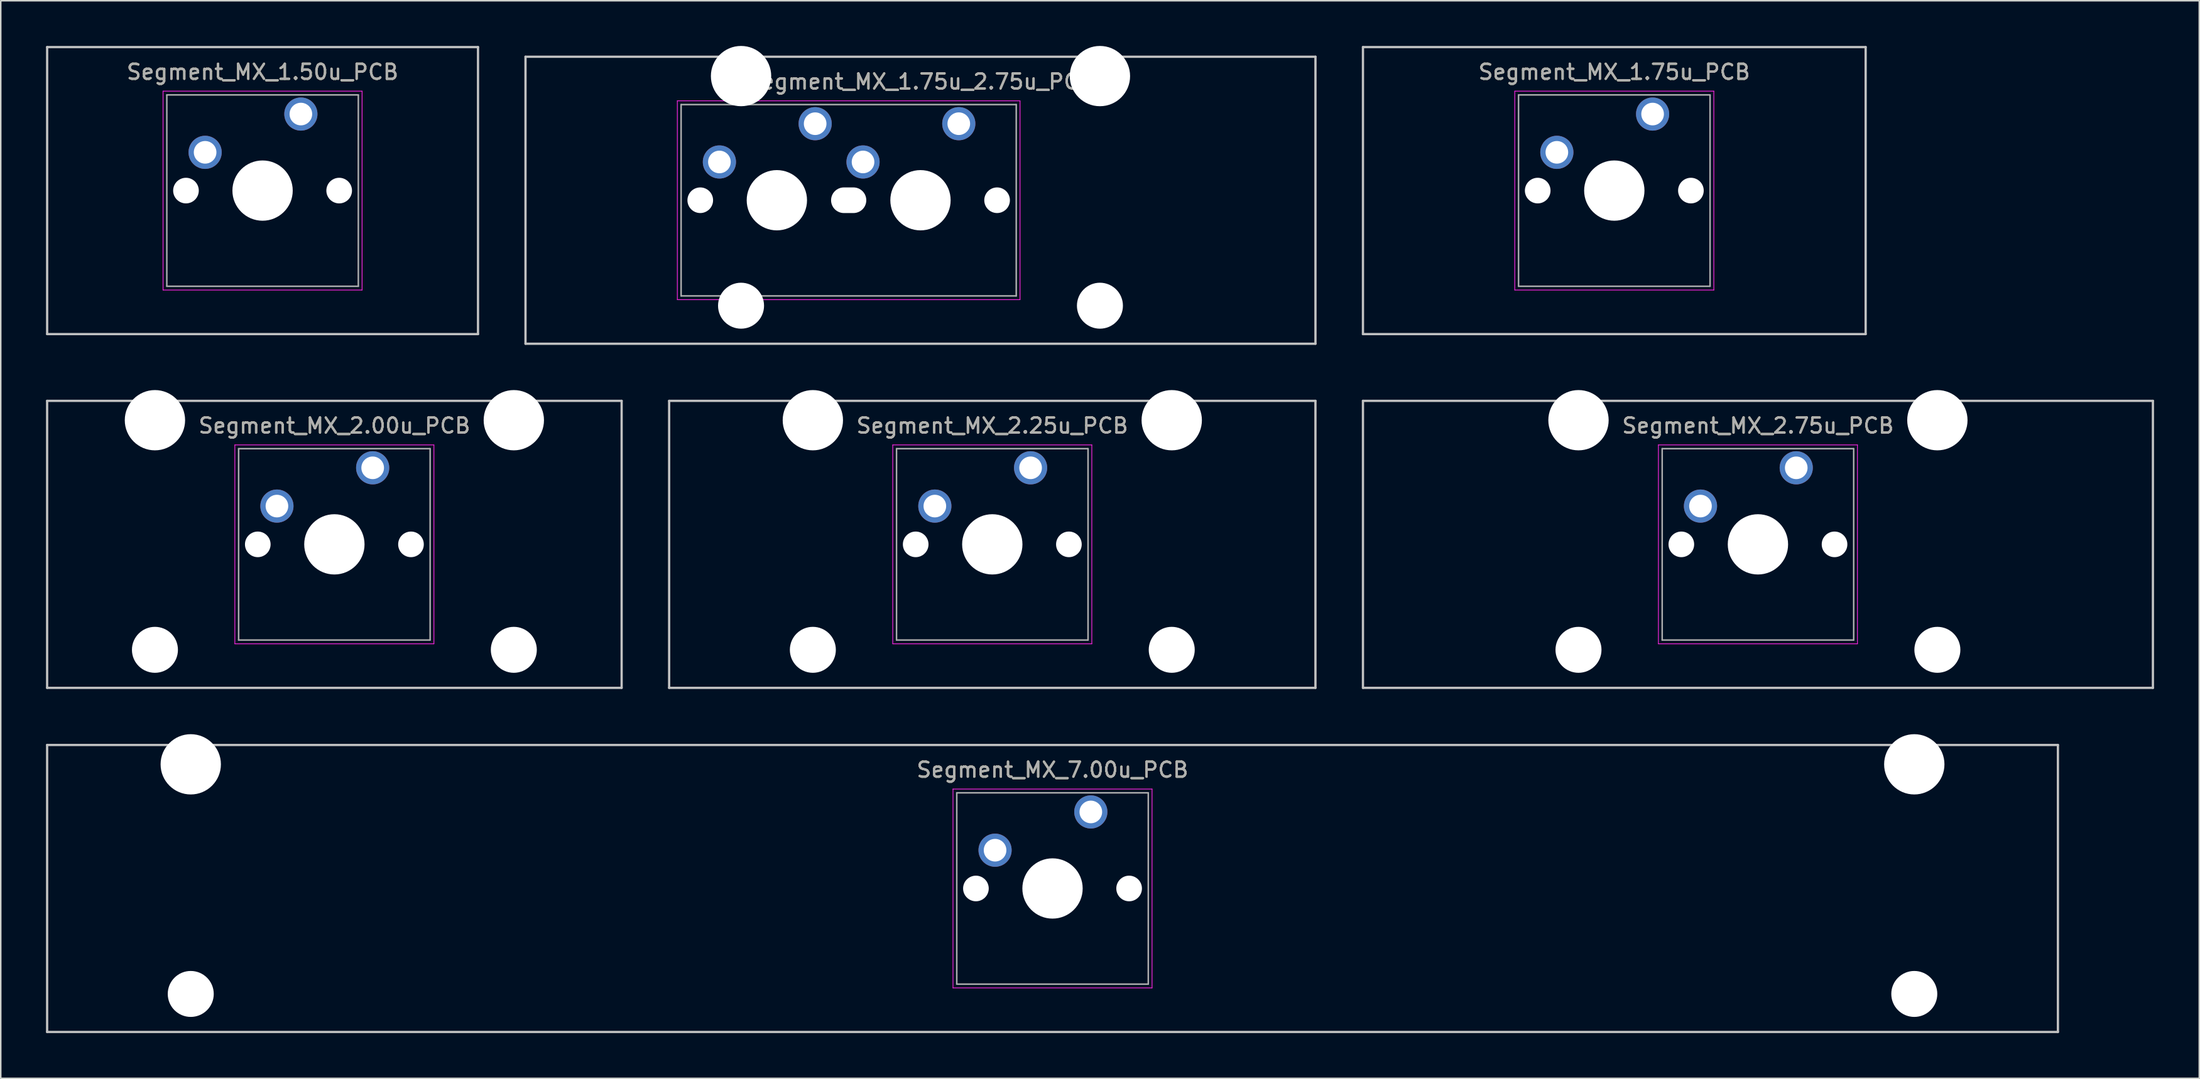
<source format=kicad_pcb>
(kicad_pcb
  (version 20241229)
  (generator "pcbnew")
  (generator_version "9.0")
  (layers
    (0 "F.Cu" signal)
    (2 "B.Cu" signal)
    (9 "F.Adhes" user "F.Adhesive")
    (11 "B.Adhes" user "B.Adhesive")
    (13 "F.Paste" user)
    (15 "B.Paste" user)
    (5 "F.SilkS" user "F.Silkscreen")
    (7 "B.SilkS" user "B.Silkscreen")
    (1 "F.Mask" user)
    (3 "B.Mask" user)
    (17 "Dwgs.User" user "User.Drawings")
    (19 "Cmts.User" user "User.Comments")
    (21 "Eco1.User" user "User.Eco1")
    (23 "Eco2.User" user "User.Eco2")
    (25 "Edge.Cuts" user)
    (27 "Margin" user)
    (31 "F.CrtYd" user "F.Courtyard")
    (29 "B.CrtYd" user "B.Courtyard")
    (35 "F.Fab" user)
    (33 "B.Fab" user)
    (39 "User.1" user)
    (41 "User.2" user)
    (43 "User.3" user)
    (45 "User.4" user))
  (footprint "Segment_MX_2.25u_PCB"
    (layer "F.Cu")
    (at 62.756 33.08)
    (property "Reference" "Segment_MX_2.25u_PCB" (at 0 -7.874 0) (layer "F.SilkS") (effects (font (size 1 1) (thickness 0.15))))
    (attr through_hole)
    (fp_line (start -21.431 -9.525) (end 21.431 -9.525) (stroke (width 0.15) (type solid)) (layer "Dwgs.User"))
    (fp_line (start -21.431 9.525) (end -21.431 -9.525) (stroke (width 0.15) (type solid)) (layer "Dwgs.User"))
    (fp_line (start 21.431 -9.525) (end 21.431 9.525) (stroke (width 0.15) (type solid)) (layer "Dwgs.User"))
    (fp_line (start 21.431 9.525) (end -21.431 9.525) (stroke (width 0.15) (type solid)) (layer "Dwgs.User"))
    (fp_line (start -6.6 -6.6) (end 6.6 -6.6) (stroke (width 0.05) (type solid)) (layer "F.CrtYd"))
    (fp_line (start -6.6 6.6) (end -6.6 -6.6) (stroke (width 0.05) (type solid)) (layer "F.CrtYd"))
    (fp_line (start 6.6 -6.6) (end 6.6 6.6) (stroke (width 0.05) (type solid)) (layer "F.CrtYd"))
    (fp_line (start 6.6 6.6) (end -6.6 6.6) (stroke (width 0.05) (type solid)) (layer "F.CrtYd"))
    (fp_line (start -6.35 -6.35) (end 6.35 -6.35) (stroke (width 0.1) (type solid)) (layer "F.Fab"))
    (fp_line (start -6.35 6.35) (end -6.35 -6.35) (stroke (width 0.1) (type solid)) (layer "F.Fab"))
    (fp_line (start 6.35 -6.35) (end 6.35 6.35) (stroke (width 0.1) (type solid)) (layer "F.Fab"))
    (fp_line (start 6.35 6.35) (end -6.35 6.35) (stroke (width 0.1) (type solid)) (layer "F.Fab"))
    (fp_text user "${REFERENCE}" (at 0 -7.874 0) (layer "F.Fab") (effects (font (size 1 1) (thickness 0.15))))
    (pad "" np_thru_hole circle (at -11.9 -8.24 180) (size 4 4) (drill 4) (layers "*.Cu" "*.Mask"))
    (pad "" np_thru_hole circle (at -11.9 7 180) (size 3.05 3.05) (drill 3.05) (layers "*.Cu" "*.Mask"))
    (pad "" np_thru_hole circle (at -5.08 0) (size 1.7 1.7) (drill 1.7) (layers "*.Cu" "*.Mask"))
    (pad "" np_thru_hole circle (at 0 0) (size 4 4) (drill 4) (layers "*.Cu" "*.Mask"))
    (pad "" np_thru_hole circle (at 5.08 0) (size 1.7 1.7) (drill 1.7) (layers "*.Cu" "*.Mask"))
    (pad "" np_thru_hole circle (at 11.9 -8.24 180) (size 4 4) (drill 4) (layers "*.Cu" "*.Mask"))
    (pad "" np_thru_hole circle (at 11.9 7 180) (size 3.05 3.05) (drill 3.05) (layers "*.Cu" "*.Mask"))
    (pad "1" thru_hole circle (at -3.81 -2.54) (size 2.2 2.2) (drill 1.5) (layers "*.Cu" "*.Mask"))
    (pad "2" thru_hole circle (at 2.54 -5.08) (size 2.2 2.2) (drill 1.5) (layers "*.Cu" "*.Mask")))
  (footprint "Segment_MX_1.50u_PCB"
    (layer "F.Cu")
    (at 14.363 9.6)
    (property "Reference" "Segment_MX_1.50u_PCB" (at 0 -7.874 0) (layer "F.SilkS") (effects (font (size 1 1) (thickness 0.15))))
    (attr through_hole)
    (fp_line (start -14.287 -9.525) (end 14.287 -9.525) (stroke (width 0.15) (type solid)) (layer "Dwgs.User"))
    (fp_line (start -14.287 9.525) (end -14.287 -9.525) (stroke (width 0.15) (type solid)) (layer "Dwgs.User"))
    (fp_line (start 14.287 -9.525) (end 14.287 9.525) (stroke (width 0.15) (type solid)) (layer "Dwgs.User"))
    (fp_line (start 14.287 9.525) (end -14.287 9.525) (stroke (width 0.15) (type solid)) (layer "Dwgs.User"))
    (fp_line (start -6.6 -6.6) (end 6.6 -6.6) (stroke (width 0.05) (type solid)) (layer "F.CrtYd"))
    (fp_line (start -6.6 6.6) (end -6.6 -6.6) (stroke (width 0.05) (type solid)) (layer "F.CrtYd"))
    (fp_line (start 6.6 -6.6) (end 6.6 6.6) (stroke (width 0.05) (type solid)) (layer "F.CrtYd"))
    (fp_line (start 6.6 6.6) (end -6.6 6.6) (stroke (width 0.05) (type solid)) (layer "F.CrtYd"))
    (fp_line (start -6.35 -6.35) (end 6.35 -6.35) (stroke (width 0.1) (type solid)) (layer "F.Fab"))
    (fp_line (start -6.35 6.35) (end -6.35 -6.35) (stroke (width 0.1) (type solid)) (layer "F.Fab"))
    (fp_line (start 6.35 -6.35) (end 6.35 6.35) (stroke (width 0.1) (type solid)) (layer "F.Fab"))
    (fp_line (start 6.35 6.35) (end -6.35 6.35) (stroke (width 0.1) (type solid)) (layer "F.Fab"))
    (fp_text user "${REFERENCE}" (at 0 -7.874 0) (layer "F.Fab") (effects (font (size 1 1) (thickness 0.15))))
    (pad "" np_thru_hole circle (at -5.08 0) (size 1.7 1.7) (drill 1.7) (layers "*.Cu" "*.Mask"))
    (pad "" np_thru_hole circle (at 0 0) (size 4 4) (drill 4) (layers "*.Cu" "*.Mask"))
    (pad "" np_thru_hole circle (at 5.08 0) (size 1.7 1.7) (drill 1.7) (layers "*.Cu" "*.Mask"))
    (pad "1" thru_hole circle (at -3.81 -2.54) (size 2.2 2.2) (drill 1.5) (layers "*.Cu" "*.Mask"))
    (pad "2" thru_hole circle (at 2.54 -5.08) (size 2.2 2.2) (drill 1.5) (layers "*.Cu" "*.Mask")))
  (footprint "Segment_MX_1.75u_2.75u_PCB"
    (layer "F.Cu")
    (at 48.469 10.24)
    (property "Reference" "Segment_MX_1.75u_2.75u_PCB" (at 9.525 -7.874 0) (layer "F.SilkS") (effects (font (size 1 1) (thickness 0.15))))
    (attr through_hole)
    (fp_line (start -16.669 -9.525) (end 35.719 -9.525) (stroke (width 0.15) (type solid)) (layer "Dwgs.User"))
    (fp_line (start -16.669 9.525) (end -16.669 -9.525) (stroke (width 0.15) (type solid)) (layer "Dwgs.User"))
    (fp_line (start 35.719 -9.525) (end 35.719 9.525) (stroke (width 0.15) (type solid)) (layer "Dwgs.User"))
    (fp_line (start 35.719 9.525) (end -16.669 9.525) (stroke (width 0.15) (type solid)) (layer "Dwgs.User"))
    (fp_line (start -6.6 -6.6) (end 16.125 -6.6) (stroke (width 0.05) (type solid)) (layer "F.CrtYd"))
    (fp_line (start -6.6 6.6) (end -6.6 -6.6) (stroke (width 0.05) (type solid)) (layer "F.CrtYd"))
    (fp_line (start 16.125 -6.6) (end 16.125 6.6) (stroke (width 0.05) (type solid)) (layer "F.CrtYd"))
    (fp_line (start 16.125 6.6) (end -6.6 6.6) (stroke (width 0.05) (type solid)) (layer "F.CrtYd"))
    (fp_line (start -6.35 -6.35) (end 15.875 -6.35) (stroke (width 0.1) (type solid)) (layer "F.Fab"))
    (fp_line (start -6.35 6.35) (end -6.35 -6.35) (stroke (width 0.1) (type solid)) (layer "F.Fab"))
    (fp_line (start 15.875 -6.35) (end 15.875 6.35) (stroke (width 0.1) (type solid)) (layer "F.Fab"))
    (fp_line (start 15.875 6.35) (end -6.35 6.35) (stroke (width 0.1) (type solid)) (layer "F.Fab"))
    (fp_text user "${REFERENCE}" (at 9.525 -7.874 0) (layer "F.Fab") (effects (font (size 1 1) (thickness 0.15))))
    (pad "" np_thru_hole circle (at -5.08 0) (size 1.7 1.7) (drill 1.7) (layers "*.Cu" "*.Mask"))
    (pad "" np_thru_hole circle (at -2.375 -8.24 180) (size 4 4) (drill 4) (layers "*.Cu" "*.Mask"))
    (pad "" np_thru_hole circle (at -2.375 7 180) (size 3.05 3.05) (drill 3.05) (layers "*.Cu" "*.Mask"))
    (pad "" np_thru_hole circle (at 0 0) (size 4 4) (drill 4) (layers "*.Cu" "*.Mask"))
    (pad "" np_thru_hole oval (at 4.763 0) (size 2.335 1.7) (drill oval 2.335 1.7) (layers "*.Cu" "*.Mask"))
    (pad "" np_thru_hole circle (at 9.525 0) (size 4 4) (drill 4) (layers "*.Cu" "*.Mask"))
    (pad "" np_thru_hole circle (at 14.605 0) (size 1.7 1.7) (drill 1.7) (layers "*.Cu" "*.Mask"))
    (pad "" np_thru_hole circle (at 21.425 -8.24 180) (size 4 4) (drill 4) (layers "*.Cu" "*.Mask"))
    (pad "" np_thru_hole circle (at 21.425 7 180) (size 3.05 3.05) (drill 3.05) (layers "*.Cu" "*.Mask"))
    (pad "1" thru_hole circle (at -3.81 -2.54) (size 2.2 2.2) (drill 1.5) (layers "*.Cu" "*.Mask"))
    (pad "1" thru_hole circle (at 5.715 -2.54) (size 2.2 2.2) (drill 1.5) (layers "*.Cu" "*.Mask"))
    (pad "2" thru_hole circle (at 2.54 -5.08) (size 2.2 2.2) (drill 1.5) (layers "*.Cu" "*.Mask"))
    (pad "2" thru_hole circle (at 12.065 -5.08) (size 2.2 2.2) (drill 1.5) (layers "*.Cu" "*.Mask")))
  (footprint "Segment_MX_7.00u_PCB"
    (layer "F.Cu")
    (at 66.75 55.92)
    (property "Reference" "Segment_MX_7.00u_PCB" (at 0 -7.874 0) (layer "F.SilkS") (effects (font (size 1 1) (thickness 0.15))))
    (attr through_hole)
    (fp_line (start -66.675 -9.525) (end 66.675 -9.525) (stroke (width 0.15) (type solid)) (layer "Dwgs.User"))
    (fp_line (start -66.675 9.525) (end -66.675 -9.525) (stroke (width 0.15) (type solid)) (layer "Dwgs.User"))
    (fp_line (start 66.675 -9.525) (end 66.675 9.525) (stroke (width 0.15) (type solid)) (layer "Dwgs.User"))
    (fp_line (start 66.675 9.525) (end -66.675 9.525) (stroke (width 0.15) (type solid)) (layer "Dwgs.User"))
    (fp_line (start -6.6 -6.6) (end 6.6 -6.6) (stroke (width 0.05) (type solid)) (layer "F.CrtYd"))
    (fp_line (start -6.6 6.6) (end -6.6 -6.6) (stroke (width 0.05) (type solid)) (layer "F.CrtYd"))
    (fp_line (start 6.6 -6.6) (end 6.6 6.6) (stroke (width 0.05) (type solid)) (layer "F.CrtYd"))
    (fp_line (start 6.6 6.6) (end -6.6 6.6) (stroke (width 0.05) (type solid)) (layer "F.CrtYd"))
    (fp_line (start -6.35 -6.35) (end 6.35 -6.35) (stroke (width 0.1) (type solid)) (layer "F.Fab"))
    (fp_line (start -6.35 6.35) (end -6.35 -6.35) (stroke (width 0.1) (type solid)) (layer "F.Fab"))
    (fp_line (start 6.35 -6.35) (end 6.35 6.35) (stroke (width 0.1) (type solid)) (layer "F.Fab"))
    (fp_line (start 6.35 6.35) (end -6.35 6.35) (stroke (width 0.1) (type solid)) (layer "F.Fab"))
    (fp_text user "${REFERENCE}" (at 0 -7.874 0) (layer "F.Fab") (effects (font (size 1 1) (thickness 0.15))))
    (pad "" np_thru_hole circle (at -57.15 -8.24 180) (size 4 4) (drill 4) (layers "*.Cu" "*.Mask"))
    (pad "" np_thru_hole circle (at -57.15 7 180) (size 3.05 3.05) (drill 3.05) (layers "*.Cu" "*.Mask"))
    (pad "" np_thru_hole circle (at -5.08 0) (size 1.7 1.7) (drill 1.7) (layers "*.Cu" "*.Mask"))
    (pad "" np_thru_hole circle (at 0 0) (size 4 4) (drill 4) (layers "*.Cu" "*.Mask"))
    (pad "" np_thru_hole circle (at 5.08 0) (size 1.7 1.7) (drill 1.7) (layers "*.Cu" "*.Mask"))
    (pad "" np_thru_hole circle (at 57.15 -8.24 180) (size 4 4) (drill 4) (layers "*.Cu" "*.Mask"))
    (pad "" np_thru_hole circle (at 57.15 7 180) (size 3.05 3.05) (drill 3.05) (layers "*.Cu" "*.Mask"))
    (pad "1" thru_hole circle (at -3.81 -2.54) (size 2.2 2.2) (drill 1.5) (layers "*.Cu" "*.Mask"))
    (pad "2" thru_hole circle (at 2.54 -5.08) (size 2.2 2.2) (drill 1.5) (layers "*.Cu" "*.Mask")))
  (footprint "Segment_MX_1.75u_PCB"
    (layer "F.Cu")
    (at 104.006 9.6)
    (property "Reference" "Segment_MX_1.75u_PCB" (at 0 -7.874 0) (layer "F.SilkS") (effects (font (size 1 1) (thickness 0.15))))
    (attr through_hole)
    (fp_line (start -16.669 -9.525) (end 16.669 -9.525) (stroke (width 0.15) (type solid)) (layer "Dwgs.User"))
    (fp_line (start -16.669 9.525) (end -16.669 -9.525) (stroke (width 0.15) (type solid)) (layer "Dwgs.User"))
    (fp_line (start 16.669 -9.525) (end 16.669 9.525) (stroke (width 0.15) (type solid)) (layer "Dwgs.User"))
    (fp_line (start 16.669 9.525) (end -16.669 9.525) (stroke (width 0.15) (type solid)) (layer "Dwgs.User"))
    (fp_line (start -6.6 -6.6) (end 6.6 -6.6) (stroke (width 0.05) (type solid)) (layer "F.CrtYd"))
    (fp_line (start -6.6 6.6) (end -6.6 -6.6) (stroke (width 0.05) (type solid)) (layer "F.CrtYd"))
    (fp_line (start 6.6 -6.6) (end 6.6 6.6) (stroke (width 0.05) (type solid)) (layer "F.CrtYd"))
    (fp_line (start 6.6 6.6) (end -6.6 6.6) (stroke (width 0.05) (type solid)) (layer "F.CrtYd"))
    (fp_line (start -6.35 -6.35) (end 6.35 -6.35) (stroke (width 0.1) (type solid)) (layer "F.Fab"))
    (fp_line (start -6.35 6.35) (end -6.35 -6.35) (stroke (width 0.1) (type solid)) (layer "F.Fab"))
    (fp_line (start 6.35 -6.35) (end 6.35 6.35) (stroke (width 0.1) (type solid)) (layer "F.Fab"))
    (fp_line (start 6.35 6.35) (end -6.35 6.35) (stroke (width 0.1) (type solid)) (layer "F.Fab"))
    (fp_text user "${REFERENCE}" (at 0 -7.874 0) (layer "F.Fab") (effects (font (size 1 1) (thickness 0.15))))
    (pad "" np_thru_hole circle (at -5.08 0) (size 1.7 1.7) (drill 1.7) (layers "*.Cu" "*.Mask"))
    (pad "" np_thru_hole circle (at 0 0) (size 4 4) (drill 4) (layers "*.Cu" "*.Mask"))
    (pad "" np_thru_hole circle (at 5.08 0) (size 1.7 1.7) (drill 1.7) (layers "*.Cu" "*.Mask"))
    (pad "1" thru_hole circle (at -3.81 -2.54) (size 2.2 2.2) (drill 1.5) (layers "*.Cu" "*.Mask"))
    (pad "2" thru_hole circle (at 2.54 -5.08) (size 2.2 2.2) (drill 1.5) (layers "*.Cu" "*.Mask")))
  (footprint "Segment_MX_2.75u_PCB"
    (layer "F.Cu")
    (at 113.531 33.08)
    (property "Reference" "Segment_MX_2.75u_PCB" (at 0 -7.874 0) (layer "F.SilkS") (effects (font (size 1 1) (thickness 0.15))))
    (attr through_hole)
    (fp_line (start -26.194 -9.525) (end 26.194 -9.525) (stroke (width 0.15) (type solid)) (layer "Dwgs.User"))
    (fp_line (start -26.194 9.525) (end -26.194 -9.525) (stroke (width 0.15) (type solid)) (layer "Dwgs.User"))
    (fp_line (start 26.194 -9.525) (end 26.194 9.525) (stroke (width 0.15) (type solid)) (layer "Dwgs.User"))
    (fp_line (start 26.194 9.525) (end -26.194 9.525) (stroke (width 0.15) (type solid)) (layer "Dwgs.User"))
    (fp_line (start -6.6 -6.6) (end 6.6 -6.6) (stroke (width 0.05) (type solid)) (layer "F.CrtYd"))
    (fp_line (start -6.6 6.6) (end -6.6 -6.6) (stroke (width 0.05) (type solid)) (layer "F.CrtYd"))
    (fp_line (start 6.6 -6.6) (end 6.6 6.6) (stroke (width 0.05) (type solid)) (layer "F.CrtYd"))
    (fp_line (start 6.6 6.6) (end -6.6 6.6) (stroke (width 0.05) (type solid)) (layer "F.CrtYd"))
    (fp_line (start -6.35 -6.35) (end 6.35 -6.35) (stroke (width 0.1) (type solid)) (layer "F.Fab"))
    (fp_line (start -6.35 6.35) (end -6.35 -6.35) (stroke (width 0.1) (type solid)) (layer "F.Fab"))
    (fp_line (start 6.35 -6.35) (end 6.35 6.35) (stroke (width 0.1) (type solid)) (layer "F.Fab"))
    (fp_line (start 6.35 6.35) (end -6.35 6.35) (stroke (width 0.1) (type solid)) (layer "F.Fab"))
    (fp_text user "${REFERENCE}" (at 0 -7.874 0) (layer "F.Fab") (effects (font (size 1 1) (thickness 0.15))))
    (pad "" np_thru_hole circle (at -11.9 -8.24 180) (size 4 4) (drill 4) (layers "*.Cu" "*.Mask"))
    (pad "" np_thru_hole circle (at -11.9 7 180) (size 3.05 3.05) (drill 3.05) (layers "*.Cu" "*.Mask"))
    (pad "" np_thru_hole circle (at -5.08 0) (size 1.7 1.7) (drill 1.7) (layers "*.Cu" "*.Mask"))
    (pad "" np_thru_hole circle (at 0 0) (size 4 4) (drill 4) (layers "*.Cu" "*.Mask"))
    (pad "" np_thru_hole circle (at 5.08 0) (size 1.7 1.7) (drill 1.7) (layers "*.Cu" "*.Mask"))
    (pad "" np_thru_hole circle (at 11.9 -8.24 180) (size 4 4) (drill 4) (layers "*.Cu" "*.Mask"))
    (pad "" np_thru_hole circle (at 11.9 7 180) (size 3.05 3.05) (drill 3.05) (layers "*.Cu" "*.Mask"))
    (pad "1" thru_hole circle (at -3.81 -2.54) (size 2.2 2.2) (drill 1.5) (layers "*.Cu" "*.Mask"))
    (pad "2" thru_hole circle (at 2.54 -5.08) (size 2.2 2.2) (drill 1.5) (layers "*.Cu" "*.Mask")))
  (footprint "Segment_MX_2.00u_PCB"
    (layer "F.Cu")
    (at 19.125 33.08)
    (property "Reference" "Segment_MX_2.00u_PCB" (at 0 -7.874 0) (layer "F.SilkS") (effects (font (size 1 1) (thickness 0.15))))
    (attr through_hole)
    (fp_line (start -19.05 -9.525) (end 19.05 -9.525) (stroke (width 0.15) (type solid)) (layer "Dwgs.User"))
    (fp_line (start -19.05 9.525) (end -19.05 -9.525) (stroke (width 0.15) (type solid)) (layer "Dwgs.User"))
    (fp_line (start 19.05 -9.525) (end 19.05 9.525) (stroke (width 0.15) (type solid)) (layer "Dwgs.User"))
    (fp_line (start 19.05 9.525) (end -19.05 9.525) (stroke (width 0.15) (type solid)) (layer "Dwgs.User"))
    (fp_line (start -6.6 -6.6) (end 6.6 -6.6) (stroke (width 0.05) (type solid)) (layer "F.CrtYd"))
    (fp_line (start -6.6 6.6) (end -6.6 -6.6) (stroke (width 0.05) (type solid)) (layer "F.CrtYd"))
    (fp_line (start 6.6 -6.6) (end 6.6 6.6) (stroke (width 0.05) (type solid)) (layer "F.CrtYd"))
    (fp_line (start 6.6 6.6) (end -6.6 6.6) (stroke (width 0.05) (type solid)) (layer "F.CrtYd"))
    (fp_line (start -6.35 -6.35) (end 6.35 -6.35) (stroke (width 0.1) (type solid)) (layer "F.Fab"))
    (fp_line (start -6.35 6.35) (end -6.35 -6.35) (stroke (width 0.1) (type solid)) (layer "F.Fab"))
    (fp_line (start 6.35 -6.35) (end 6.35 6.35) (stroke (width 0.1) (type solid)) (layer "F.Fab"))
    (fp_line (start 6.35 6.35) (end -6.35 6.35) (stroke (width 0.1) (type solid)) (layer "F.Fab"))
    (fp_text user "${REFERENCE}" (at 0 -7.874 0) (layer "F.Fab") (effects (font (size 1 1) (thickness 0.15))))
    (pad "" np_thru_hole circle (at -11.9 -8.24 180) (size 4 4) (drill 4) (layers "*.Cu" "*.Mask"))
    (pad "" np_thru_hole circle (at -11.9 7 180) (size 3.05 3.05) (drill 3.05) (layers "*.Cu" "*.Mask"))
    (pad "" np_thru_hole circle (at -5.08 0) (size 1.7 1.7) (drill 1.7) (layers "*.Cu" "*.Mask"))
    (pad "" np_thru_hole circle (at 0 0) (size 4 4) (drill 4) (layers "*.Cu" "*.Mask"))
    (pad "" np_thru_hole circle (at 5.08 0) (size 1.7 1.7) (drill 1.7) (layers "*.Cu" "*.Mask"))
    (pad "" np_thru_hole circle (at 11.9 -8.24 180) (size 4 4) (drill 4) (layers "*.Cu" "*.Mask"))
    (pad "" np_thru_hole circle (at 11.9 7 180) (size 3.05 3.05) (drill 3.05) (layers "*.Cu" "*.Mask"))
    (pad "1" thru_hole circle (at -3.81 -2.54) (size 2.2 2.2) (drill 1.5) (layers "*.Cu" "*.Mask"))
    (pad "2" thru_hole circle (at 2.54 -5.08) (size 2.2 2.2) (drill 1.5) (layers "*.Cu" "*.Mask")))
  (gr_rect
    (start -3 -3)
    (end 142.8 68.52)
    (stroke (width 0.1) (type default))
    (fill no)
    (layer "Edge.Cuts")))
</source>
